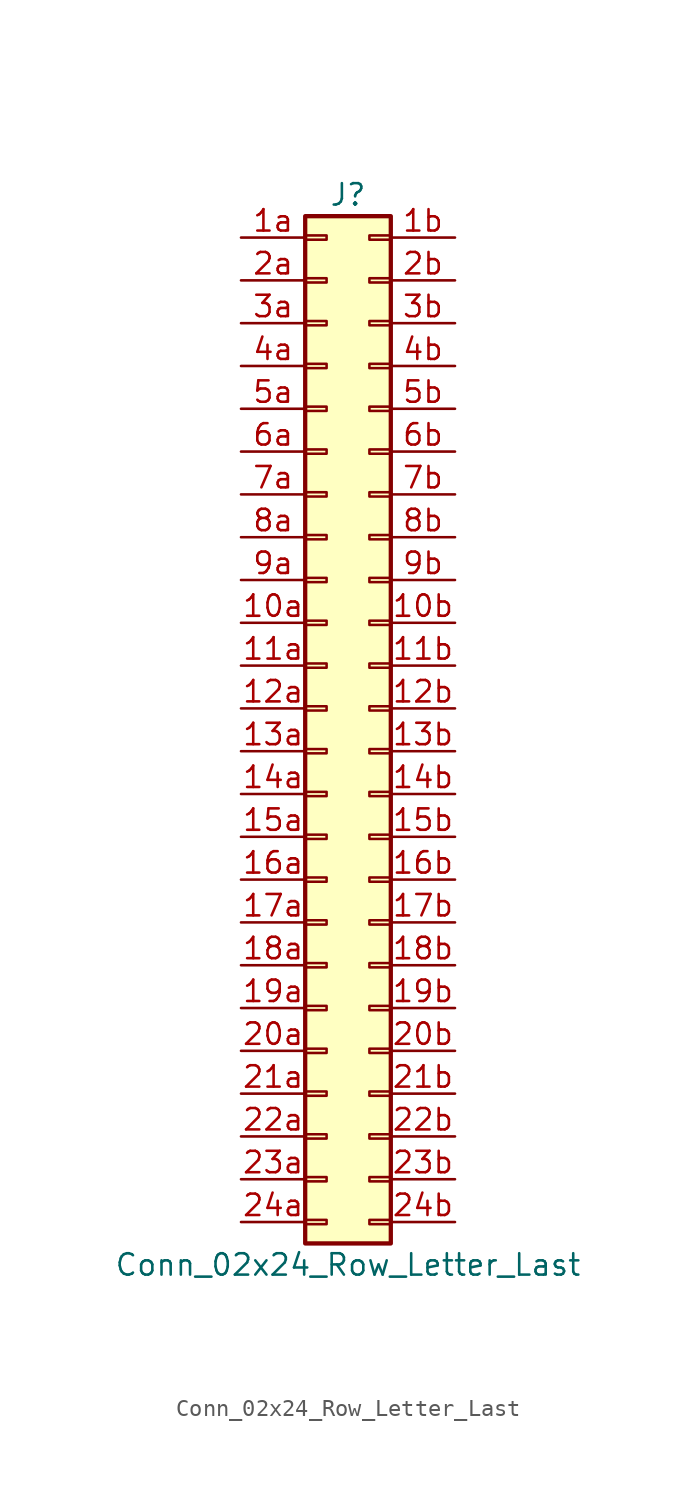
<source format=kicad_sym>
(kicad_symbol_lib
  (version 20201005)
  (generator kicad_symbol_editor)
  (symbol "Conn_02x24_Row_Letter_Last"
    (pin_names
      (offset 1.016) hide)
    (property "Reference" "J"
      (at 1.27 30.48 0)
      (effects (font (size 1.27 1.27))))
    (property "Value" "Conn_02x24_Row_Letter_Last"
      (at 1.27 -33.02 0)
      (effects (font (size 1.27 1.27))))
    (symbol "Conn_02x24_Row_Letter_Last_1_1"
      (rectangle (start -1.27 -30.353) (end 0 -30.607) (stroke (width 0.152)) (fill (type none)))
      (rectangle (start -1.27 -27.813) (end 0 -28.067) (stroke (width 0.152)) (fill (type none)))
      (rectangle (start -1.27 -25.273) (end 0 -25.527) (stroke (width 0.152)) (fill (type none)))
      (rectangle (start -1.27 -22.733) (end 0 -22.987) (stroke (width 0.152)) (fill (type none)))
      (rectangle (start -1.27 -20.193) (end 0 -20.447) (stroke (width 0.152)) (fill (type none)))
      (rectangle (start -1.27 -17.653) (end 0 -17.907) (stroke (width 0.152)) (fill (type none)))
      (rectangle (start -1.27 -15.113) (end 0 -15.367) (stroke (width 0.152)) (fill (type none)))
      (rectangle (start -1.27 -12.573) (end 0 -12.827) (stroke (width 0.152)) (fill (type none)))
      (rectangle (start -1.27 -10.033) (end 0 -10.287) (stroke (width 0.152)) (fill (type none)))
      (rectangle (start -1.27 -7.493) (end 0 -7.747) (stroke (width 0.152)) (fill (type none)))
      (rectangle (start -1.27 -4.953) (end 0 -5.207) (stroke (width 0.152)) (fill (type none)))
      (rectangle (start -1.27 -2.413) (end 0 -2.667) (stroke (width 0.152)) (fill (type none)))
      (rectangle (start -1.27 0.127) (end 0 -0.127) (stroke (width 0.152)) (fill (type none)))
      (rectangle (start -1.27 2.667) (end 0 2.413) (stroke (width 0.152)) (fill (type none)))
      (rectangle (start -1.27 5.207) (end 0 4.953) (stroke (width 0.152)) (fill (type none)))
      (rectangle (start -1.27 7.747) (end 0 7.493) (stroke (width 0.152)) (fill (type none)))
      (rectangle (start -1.27 10.287) (end 0 10.033) (stroke (width 0.152)) (fill (type none)))
      (rectangle (start -1.27 12.827) (end 0 12.573) (stroke (width 0.152)) (fill (type none)))
      (rectangle (start -1.27 15.367) (end 0 15.113) (stroke (width 0.152)) (fill (type none)))
      (rectangle (start -1.27 17.907) (end 0 17.653) (stroke (width 0.152)) (fill (type none)))
      (rectangle (start -1.27 20.447) (end 0 20.193) (stroke (width 0.152)) (fill (type none)))
      (rectangle (start -1.27 22.987) (end 0 22.733) (stroke (width 0.152)) (fill (type none)))
      (rectangle (start -1.27 25.527) (end 0 25.273) (stroke (width 0.152)) (fill (type none)))
      (rectangle (start -1.27 28.067) (end 0 27.813) (stroke (width 0.152)) (fill (type none)))
      (rectangle (start 3.81 -30.353) (end 2.54 -30.607) (stroke (width 0.152)) (fill (type none)))
      (rectangle (start 3.81 -27.813) (end 2.54 -28.067) (stroke (width 0.152)) (fill (type none)))
      (rectangle (start 3.81 -25.273) (end 2.54 -25.527) (stroke (width 0.152)) (fill (type none)))
      (rectangle (start 3.81 -22.733) (end 2.54 -22.987) (stroke (width 0.152)) (fill (type none)))
      (rectangle (start 3.81 -20.193) (end 2.54 -20.447) (stroke (width 0.152)) (fill (type none)))
      (rectangle (start 3.81 -17.653) (end 2.54 -17.907) (stroke (width 0.152)) (fill (type none)))
      (rectangle (start 3.81 -15.113) (end 2.54 -15.367) (stroke (width 0.152)) (fill (type none)))
      (rectangle (start 3.81 -12.573) (end 2.54 -12.827) (stroke (width 0.152)) (fill (type none)))
      (rectangle (start 3.81 -10.033) (end 2.54 -10.287) (stroke (width 0.152)) (fill (type none)))
      (rectangle (start 3.81 -7.493) (end 2.54 -7.747) (stroke (width 0.152)) (fill (type none)))
      (rectangle (start 3.81 -4.953) (end 2.54 -5.207) (stroke (width 0.152)) (fill (type none)))
      (rectangle (start 3.81 -2.413) (end 2.54 -2.667) (stroke (width 0.152)) (fill (type none)))
      (rectangle (start 3.81 0.127) (end 2.54 -0.127) (stroke (width 0.152)) (fill (type none)))
      (rectangle (start 3.81 2.667) (end 2.54 2.413) (stroke (width 0.152)) (fill (type none)))
      (rectangle (start 3.81 5.207) (end 2.54 4.953) (stroke (width 0.152)) (fill (type none)))
      (rectangle (start 3.81 7.747) (end 2.54 7.493) (stroke (width 0.152)) (fill (type none)))
      (rectangle (start 3.81 10.287) (end 2.54 10.033) (stroke (width 0.152)) (fill (type none)))
      (rectangle (start 3.81 12.827) (end 2.54 12.573) (stroke (width 0.152)) (fill (type none)))
      (rectangle (start 3.81 15.367) (end 2.54 15.113) (stroke (width 0.152)) (fill (type none)))
      (rectangle (start 3.81 17.907) (end 2.54 17.653) (stroke (width 0.152)) (fill (type none)))
      (rectangle (start 3.81 20.447) (end 2.54 20.193) (stroke (width 0.152)) (fill (type none)))
      (rectangle (start 3.81 22.987) (end 2.54 22.733) (stroke (width 0.152)) (fill (type none)))
      (rectangle (start 3.81 25.527) (end 2.54 25.273) (stroke (width 0.152)) (fill (type none)))
      (rectangle (start 3.81 28.067) (end 2.54 27.813) (stroke (width 0.152)) (fill (type none)))
      (rectangle (start -1.27 29.21) (end 3.81 -31.75) (stroke (width 0.254)) (fill (type background)))
      (pin passive line (at -5.08 5.08 0) (length 3.81) (name "Pin_10a" (effects (font (size 1.27 1.27)))) (number "10a" (effects (font (size 1.27 1.27)))))
      (pin passive line (at 7.62 5.08 180) (length 3.81) (name "Pin_10b" (effects (font (size 1.27 1.27)))) (number "10b" (effects (font (size 1.27 1.27)))))
      (pin passive line (at -5.08 2.54 0) (length 3.81) (name "Pin_11a" (effects (font (size 1.27 1.27)))) (number "11a" (effects (font (size 1.27 1.27)))))
      (pin passive line (at 7.62 2.54 180) (length 3.81) (name "Pin_11b" (effects (font (size 1.27 1.27)))) (number "11b" (effects (font (size 1.27 1.27)))))
      (pin passive line (at -5.08 0 0) (length 3.81) (name "Pin_12a" (effects (font (size 1.27 1.27)))) (number "12a" (effects (font (size 1.27 1.27)))))
      (pin passive line (at 7.62 0 180) (length 3.81) (name "Pin_12b" (effects (font (size 1.27 1.27)))) (number "12b" (effects (font (size 1.27 1.27)))))
      (pin passive line (at -5.08 -2.54 0) (length 3.81) (name "Pin_13a" (effects (font (size 1.27 1.27)))) (number "13a" (effects (font (size 1.27 1.27)))))
      (pin passive line (at 7.62 -2.54 180) (length 3.81) (name "Pin_13b" (effects (font (size 1.27 1.27)))) (number "13b" (effects (font (size 1.27 1.27)))))
      (pin passive line (at -5.08 -5.08 0) (length 3.81) (name "Pin_14a" (effects (font (size 1.27 1.27)))) (number "14a" (effects (font (size 1.27 1.27)))))
      (pin passive line (at 7.62 -5.08 180) (length 3.81) (name "Pin_14b" (effects (font (size 1.27 1.27)))) (number "14b" (effects (font (size 1.27 1.27)))))
      (pin passive line (at -5.08 -7.62 0) (length 3.81) (name "Pin_15a" (effects (font (size 1.27 1.27)))) (number "15a" (effects (font (size 1.27 1.27)))))
      (pin passive line (at 7.62 -7.62 180) (length 3.81) (name "Pin_15b" (effects (font (size 1.27 1.27)))) (number "15b" (effects (font (size 1.27 1.27)))))
      (pin passive line (at -5.08 -10.16 0) (length 3.81) (name "Pin_16a" (effects (font (size 1.27 1.27)))) (number "16a" (effects (font (size 1.27 1.27)))))
      (pin passive line (at 7.62 -10.16 180) (length 3.81) (name "Pin_16b" (effects (font (size 1.27 1.27)))) (number "16b" (effects (font (size 1.27 1.27)))))
      (pin passive line (at -5.08 -12.7 0) (length 3.81) (name "Pin_17a" (effects (font (size 1.27 1.27)))) (number "17a" (effects (font (size 1.27 1.27)))))
      (pin passive line (at 7.62 -12.7 180) (length 3.81) (name "Pin_17b" (effects (font (size 1.27 1.27)))) (number "17b" (effects (font (size 1.27 1.27)))))
      (pin passive line (at -5.08 -15.24 0) (length 3.81) (name "Pin_18a" (effects (font (size 1.27 1.27)))) (number "18a" (effects (font (size 1.27 1.27)))))
      (pin passive line (at 7.62 -15.24 180) (length 3.81) (name "Pin_18b" (effects (font (size 1.27 1.27)))) (number "18b" (effects (font (size 1.27 1.27)))))
      (pin passive line (at -5.08 -17.78 0) (length 3.81) (name "Pin_19a" (effects (font (size 1.27 1.27)))) (number "19a" (effects (font (size 1.27 1.27)))))
      (pin passive line (at 7.62 -17.78 180) (length 3.81) (name "Pin_19b" (effects (font (size 1.27 1.27)))) (number "19b" (effects (font (size 1.27 1.27)))))
      (pin passive line (at -5.08 27.94 0) (length 3.81) (name "Pin_1a" (effects (font (size 1.27 1.27)))) (number "1a" (effects (font (size 1.27 1.27)))))
      (pin passive line (at 7.62 27.94 180) (length 3.81) (name "Pin_1b" (effects (font (size 1.27 1.27)))) (number "1b" (effects (font (size 1.27 1.27)))))
      (pin passive line (at -5.08 -20.32 0) (length 3.81) (name "Pin_20a" (effects (font (size 1.27 1.27)))) (number "20a" (effects (font (size 1.27 1.27)))))
      (pin passive line (at 7.62 -20.32 180) (length 3.81) (name "Pin_20b" (effects (font (size 1.27 1.27)))) (number "20b" (effects (font (size 1.27 1.27)))))
      (pin passive line (at -5.08 -22.86 0) (length 3.81) (name "Pin_21a" (effects (font (size 1.27 1.27)))) (number "21a" (effects (font (size 1.27 1.27)))))
      (pin passive line (at 7.62 -22.86 180) (length 3.81) (name "Pin_21b" (effects (font (size 1.27 1.27)))) (number "21b" (effects (font (size 1.27 1.27)))))
      (pin passive line (at -5.08 -25.4 0) (length 3.81) (name "Pin_22a" (effects (font (size 1.27 1.27)))) (number "22a" (effects (font (size 1.27 1.27)))))
      (pin passive line (at 7.62 -25.4 180) (length 3.81) (name "Pin_22b" (effects (font (size 1.27 1.27)))) (number "22b" (effects (font (size 1.27 1.27)))))
      (pin passive line (at -5.08 -27.94 0) (length 3.81) (name "Pin_23a" (effects (font (size 1.27 1.27)))) (number "23a" (effects (font (size 1.27 1.27)))))
      (pin passive line (at 7.62 -27.94 180) (length 3.81) (name "Pin_23b" (effects (font (size 1.27 1.27)))) (number "23b" (effects (font (size 1.27 1.27)))))
      (pin passive line (at -5.08 -30.48 0) (length 3.81) (name "Pin_24a" (effects (font (size 1.27 1.27)))) (number "24a" (effects (font (size 1.27 1.27)))))
      (pin passive line (at 7.62 -30.48 180) (length 3.81) (name "Pin_24b" (effects (font (size 1.27 1.27)))) (number "24b" (effects (font (size 1.27 1.27)))))
      (pin passive line (at -5.08 25.4 0) (length 3.81) (name "Pin_2a" (effects (font (size 1.27 1.27)))) (number "2a" (effects (font (size 1.27 1.27)))))
      (pin passive line (at 7.62 25.4 180) (length 3.81) (name "Pin_2b" (effects (font (size 1.27 1.27)))) (number "2b" (effects (font (size 1.27 1.27)))))
      (pin passive line (at -5.08 22.86 0) (length 3.81) (name "Pin_3a" (effects (font (size 1.27 1.27)))) (number "3a" (effects (font (size 1.27 1.27)))))
      (pin passive line (at 7.62 22.86 180) (length 3.81) (name "Pin_3b" (effects (font (size 1.27 1.27)))) (number "3b" (effects (font (size 1.27 1.27)))))
      (pin passive line (at -5.08 20.32 0) (length 3.81) (name "Pin_4a" (effects (font (size 1.27 1.27)))) (number "4a" (effects (font (size 1.27 1.27)))))
      (pin passive line (at 7.62 20.32 180) (length 3.81) (name "Pin_4b" (effects (font (size 1.27 1.27)))) (number "4b" (effects (font (size 1.27 1.27)))))
      (pin passive line (at -5.08 17.78 0) (length 3.81) (name "Pin_5a" (effects (font (size 1.27 1.27)))) (number "5a" (effects (font (size 1.27 1.27)))))
      (pin passive line (at 7.62 17.78 180) (length 3.81) (name "Pin_5b" (effects (font (size 1.27 1.27)))) (number "5b" (effects (font (size 1.27 1.27)))))
      (pin passive line (at -5.08 15.24 0) (length 3.81) (name "Pin_6a" (effects (font (size 1.27 1.27)))) (number "6a" (effects (font (size 1.27 1.27)))))
      (pin passive line (at 7.62 15.24 180) (length 3.81) (name "Pin_6b" (effects (font (size 1.27 1.27)))) (number "6b" (effects (font (size 1.27 1.27)))))
      (pin passive line (at -5.08 12.7 0) (length 3.81) (name "Pin_7a" (effects (font (size 1.27 1.27)))) (number "7a" (effects (font (size 1.27 1.27)))))
      (pin passive line (at 7.62 12.7 180) (length 3.81) (name "Pin_7b" (effects (font (size 1.27 1.27)))) (number "7b" (effects (font (size 1.27 1.27)))))
      (pin passive line (at -5.08 10.16 0) (length 3.81) (name "Pin_8a" (effects (font (size 1.27 1.27)))) (number "8a" (effects (font (size 1.27 1.27)))))
      (pin passive line (at 7.62 10.16 180) (length 3.81) (name "Pin_8b" (effects (font (size 1.27 1.27)))) (number "8b" (effects (font (size 1.27 1.27)))))
      (pin passive line (at -5.08 7.62 0) (length 3.81) (name "Pin_9a" (effects (font (size 1.27 1.27)))) (number "9a" (effects (font (size 1.27 1.27)))))
      (pin passive line (at 7.62 7.62 180) (length 3.81) (name "Pin_9b" (effects (font (size 1.27 1.27)))) (number "9b" (effects (font (size 1.27 1.27))))))))
</source>
